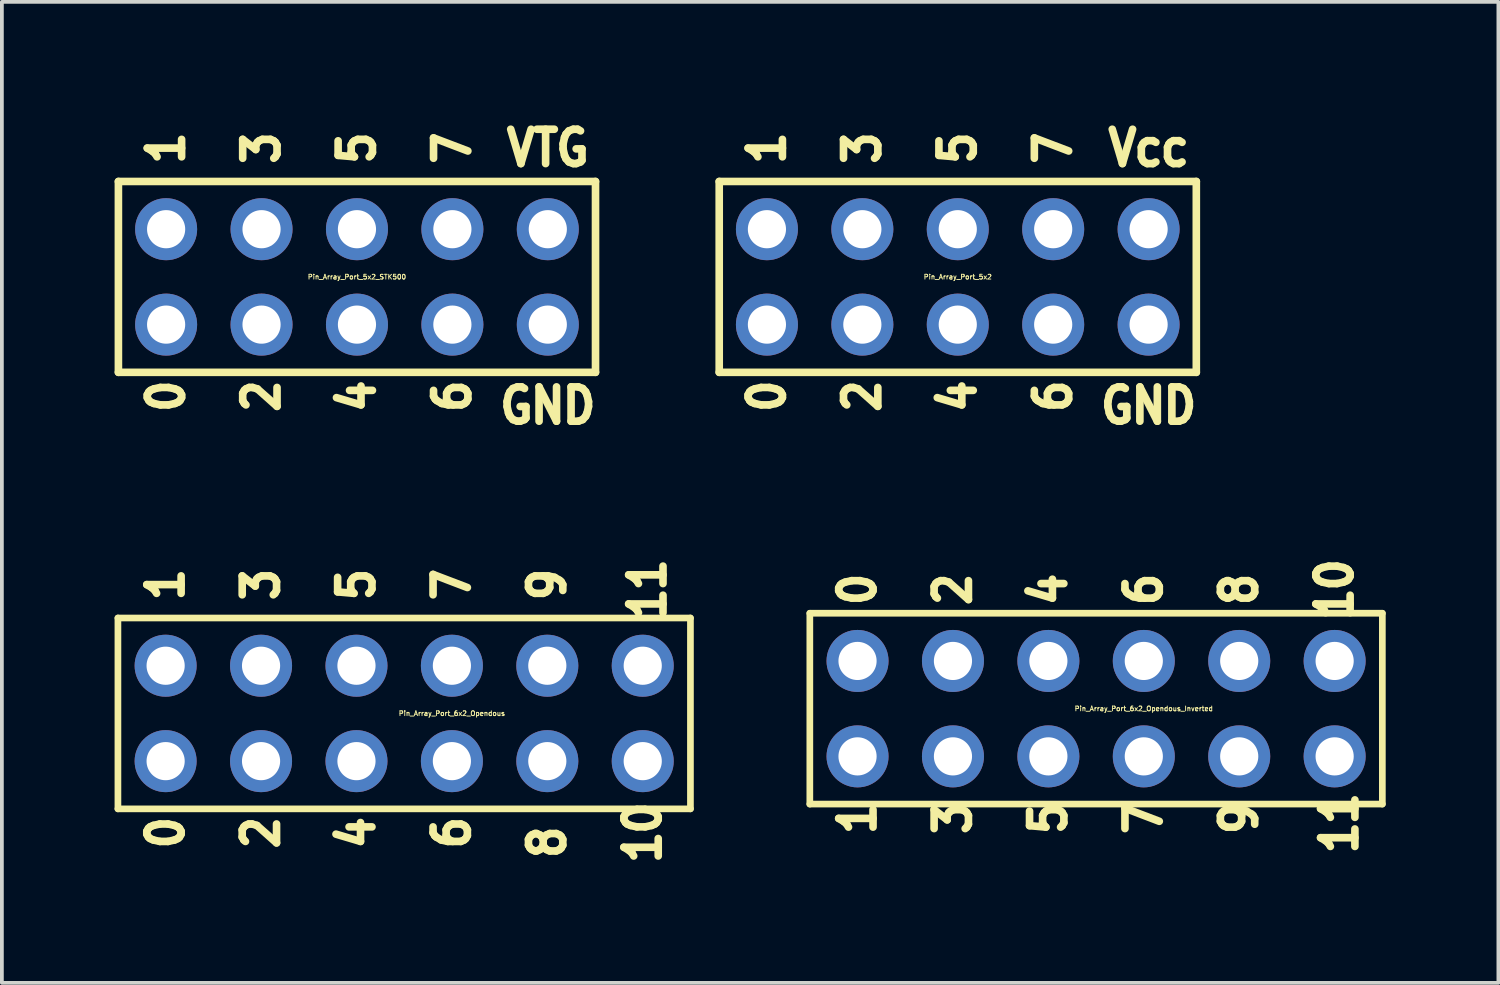
<source format=kicad_pcb>
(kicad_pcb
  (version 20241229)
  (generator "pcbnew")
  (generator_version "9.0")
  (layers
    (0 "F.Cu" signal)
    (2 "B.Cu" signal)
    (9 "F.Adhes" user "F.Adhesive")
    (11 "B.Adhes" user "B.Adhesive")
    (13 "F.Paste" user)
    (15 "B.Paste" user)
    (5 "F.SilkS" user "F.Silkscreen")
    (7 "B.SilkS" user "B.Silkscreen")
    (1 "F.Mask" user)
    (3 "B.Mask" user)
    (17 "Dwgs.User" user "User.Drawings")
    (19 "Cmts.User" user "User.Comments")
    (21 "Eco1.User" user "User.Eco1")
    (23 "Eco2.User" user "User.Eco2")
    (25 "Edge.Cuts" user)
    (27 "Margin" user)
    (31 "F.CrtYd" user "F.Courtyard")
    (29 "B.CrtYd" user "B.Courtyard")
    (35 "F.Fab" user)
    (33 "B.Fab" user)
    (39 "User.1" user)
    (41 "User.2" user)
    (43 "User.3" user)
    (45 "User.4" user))
  (footprint "Pin_Array_Port_6x2_Opendous_Inverted"
    (layer "F.Cu")
    (at 27.397 15.814)
    (property "Reference" "Pin_Array_Port_6x2_Opendous_Inverted" (at 0 0 0) (layer "F.SilkS") (effects (font (size 0.127 0.127) (thickness 0.025))))
    (attr through_hole)
    (fp_line (start -8.89 -2.54) (end -8.89 2.54) (stroke (width 0.178) (type solid)) (layer "F.SilkS"))
    (fp_line (start -8.89 2.54) (end 6.35 2.54) (stroke (width 0.178) (type solid)) (layer "F.SilkS"))
    (fp_line (start 6.35 -2.54) (end -8.89 -2.54) (stroke (width 0.178) (type solid)) (layer "F.SilkS"))
    (fp_line (start 6.35 2.54) (end 6.35 -2.54) (stroke (width 0.178) (type solid)) (layer "F.SilkS"))
    (fp_text user "1" (at -7.62 2.921 90) (layer "F.SilkS") (effects (font (size 0.914 0.813) (thickness 0.203))))
    (fp_text user "5" (at -2.54 2.921 90) (layer "F.SilkS") (effects (font (size 0.914 0.813) (thickness 0.203))))
    (fp_text user "11" (at 5.207 3.048 90) (layer "F.SilkS") (effects (font (size 0.914 0.813) (thickness 0.203))))
    (fp_text user "8" (at 2.54 -3.175 90) (layer "F.SilkS") (effects (font (size 0.914 0.813) (thickness 0.203))))
    (fp_text user "3" (at -5.08 2.921 90) (layer "F.SilkS") (effects (font (size 0.914 0.813) (thickness 0.203))))
    (fp_text user "4" (at -2.54 -3.175 90) (layer "F.SilkS") (effects (font (size 0.914 0.813) (thickness 0.203))))
    (fp_text user "10" (at 5.08 -3.175 90) (layer "F.SilkS") (effects (font (size 0.914 0.813) (thickness 0.203))))
    (fp_text user "2" (at -5.08 -3.175 90) (layer "F.SilkS") (effects (font (size 0.914 0.813) (thickness 0.203))))
    (fp_text user "7" (at 0 2.921 90) (layer "F.SilkS") (effects (font (size 0.914 0.813) (thickness 0.203))))
    (fp_text user "0" (at -7.62 -3.175 90) (layer "F.SilkS") (effects (font (size 0.914 0.813) (thickness 0.203))))
    (fp_text user "6" (at 0 -3.175 90) (layer "F.SilkS") (effects (font (size 0.914 0.813) (thickness 0.203))))
    (fp_text user "9" (at 2.54 2.921 90) (layer "F.SilkS") (effects (font (size 0.914 0.813) (thickness 0.203))))
    (pad "1" thru_hole circle (at -7.62 -1.27) (size 1.651 1.651) (drill 1.016) (layers "*.Cu" "*.Mask"))
    (pad "2" thru_hole circle (at -7.62 1.27) (size 1.651 1.651) (drill 1.016) (layers "*.Cu" "*.Mask"))
    (pad "3" thru_hole circle (at -5.08 -1.27) (size 1.651 1.651) (drill 1.016) (layers "*.Cu" "*.Mask"))
    (pad "4" thru_hole circle (at -5.08 1.27) (size 1.651 1.651) (drill 1.016) (layers "*.Cu" "*.Mask"))
    (pad "5" thru_hole circle (at -2.54 -1.27) (size 1.651 1.651) (drill 1.016) (layers "*.Cu" "*.Mask"))
    (pad "6" thru_hole circle (at -2.54 1.27) (size 1.651 1.651) (drill 1.016) (layers "*.Cu" "*.Mask"))
    (pad "7" thru_hole circle (at 0 -1.27) (size 1.651 1.651) (drill 1.016) (layers "*.Cu" "*.Mask"))
    (pad "8" thru_hole circle (at 0 1.27) (size 1.651 1.651) (drill 1.016) (layers "*.Cu" "*.Mask"))
    (pad "9" thru_hole circle (at 2.54 -1.27) (size 1.651 1.651) (drill 1.016) (layers "*.Cu" "*.Mask"))
    (pad "10" thru_hole circle (at 2.54 1.27) (size 1.651 1.651) (drill 1.016) (layers "*.Cu" "*.Mask"))
    (pad "11" thru_hole circle (at 5.08 -1.27) (size 1.651 1.651) (drill 1.016) (layers "*.Cu" "*.Mask"))
    (pad "12" thru_hole circle (at 5.08 1.27) (size 1.651 1.651) (drill 1.016) (layers "*.Cu" "*.Mask")))
  (footprint "Pin_Array_Port_5x2_STK500"
    (layer "F.Cu")
    (at 6.452 4.321)
    (property "Reference" "Pin_Array_Port_5x2_STK500" (at 0 0 0) (layer "F.SilkS") (effects (font (size 0.127 0.127) (thickness 0.025))))
    (attr through_hole)
    (fp_line (start -6.35 -2.54) (end -6.35 2.54) (stroke (width 0.203) (type solid)) (layer "F.SilkS"))
    (fp_line (start -6.35 2.54) (end 6.35 2.54) (stroke (width 0.203) (type solid)) (layer "F.SilkS"))
    (fp_line (start 6.35 -2.54) (end -6.35 -2.54) (stroke (width 0.203) (type solid)) (layer "F.SilkS"))
    (fp_line (start 6.35 2.54) (end 6.35 -2.54) (stroke (width 0.203) (type solid)) (layer "F.SilkS"))
    (fp_text user "6" (at 2.54 3.175 90) (layer "F.SilkS") (effects (font (size 0.914 0.813) (thickness 0.203))))
    (fp_text user "GND" (at 5.08 3.429 0) (layer "F.SilkS") (effects (font (size 0.914 0.813) (thickness 0.203))))
    (fp_text user "4" (at 0 3.175 90) (layer "F.SilkS") (effects (font (size 0.914 0.813) (thickness 0.203))))
    (fp_text user "0" (at -5.08 3.175 90) (layer "F.SilkS") (effects (font (size 0.914 0.813) (thickness 0.203))))
    (fp_text user "VTG" (at 5.08 -3.429 0) (layer "F.SilkS") (effects (font (size 0.914 0.813) (thickness 0.203))))
    (fp_text user "7" (at 2.54 -3.429 90) (layer "F.SilkS") (effects (font (size 0.914 0.813) (thickness 0.203))))
    (fp_text user "5" (at 0 -3.429 90) (layer "F.SilkS") (effects (font (size 0.914 0.813) (thickness 0.203))))
    (fp_text user "1" (at -5.08 -3.429 90) (layer "F.SilkS") (effects (font (size 0.914 0.813) (thickness 0.203))))
    (fp_text user "2" (at -2.54 3.175 90) (layer "F.SilkS") (effects (font (size 0.914 0.813) (thickness 0.203))))
    (fp_text user "3" (at -2.54 -3.429 90) (layer "F.SilkS") (effects (font (size 0.914 0.813) (thickness 0.203))))
    (pad "1" thru_hole circle (at -5.08 1.27) (size 1.651 1.651) (drill 1.016) (layers "*.Cu" "*.Mask"))
    (pad "2" thru_hole circle (at -5.08 -1.27) (size 1.651 1.651) (drill 1.016) (layers "*.Cu" "*.Mask"))
    (pad "3" thru_hole circle (at -2.54 1.27) (size 1.651 1.651) (drill 1.016) (layers "*.Cu" "*.Mask"))
    (pad "4" thru_hole circle (at -2.54 -1.27) (size 1.651 1.651) (drill 1.016) (layers "*.Cu" "*.Mask"))
    (pad "5" thru_hole circle (at 0 1.27) (size 1.651 1.651) (drill 1.016) (layers "*.Cu" "*.Mask"))
    (pad "6" thru_hole circle (at 0 -1.27) (size 1.651 1.651) (drill 1.016) (layers "*.Cu" "*.Mask"))
    (pad "7" thru_hole circle (at 2.54 1.27) (size 1.651 1.651) (drill 1.016) (layers "*.Cu" "*.Mask"))
    (pad "8" thru_hole circle (at 2.54 -1.27) (size 1.651 1.651) (drill 1.016) (layers "*.Cu" "*.Mask"))
    (pad "9" thru_hole circle (at 5.08 1.27) (size 1.651 1.651) (drill 1.016) (layers "*.Cu" "*.Mask"))
    (pad "10" thru_hole circle (at 5.08 -1.27) (size 1.651 1.651) (drill 1.016) (layers "*.Cu" "*.Mask")))
  (footprint "Pin_Array_Port_6x2_Opendous"
    (layer "F.Cu")
    (at 8.979 15.941)
    (property "Reference" "Pin_Array_Port_6x2_Opendous" (at 0 0 0) (layer "F.SilkS") (effects (font (size 0.127 0.127) (thickness 0.025))))
    (attr through_hole)
    (fp_line (start -8.89 -2.54) (end -8.89 2.54) (stroke (width 0.178) (type solid)) (layer "F.SilkS"))
    (fp_line (start -8.89 2.54) (end 6.35 2.54) (stroke (width 0.178) (type solid)) (layer "F.SilkS"))
    (fp_line (start 6.35 -2.54) (end -8.89 -2.54) (stroke (width 0.178) (type solid)) (layer "F.SilkS"))
    (fp_line (start 6.35 2.54) (end 6.35 -2.54) (stroke (width 0.178) (type solid)) (layer "F.SilkS"))
    (fp_text user "0" (at -7.62 3.175 90) (layer "F.SilkS") (effects (font (size 0.914 0.813) (thickness 0.203))))
    (fp_text user "8" (at 2.54 3.429 90) (layer "F.SilkS") (effects (font (size 0.914 0.813) (thickness 0.203))))
    (fp_text user "3" (at -5.08 -3.429 90) (layer "F.SilkS") (effects (font (size 0.914 0.813) (thickness 0.203))))
    (fp_text user "4" (at -2.54 3.175 90) (layer "F.SilkS") (effects (font (size 0.914 0.813) (thickness 0.203))))
    (fp_text user "11" (at 5.207 -3.302 90) (layer "F.SilkS") (effects (font (size 0.914 0.813) (thickness 0.203))))
    (fp_text user "10" (at 5.08 3.175 90) (layer "F.SilkS") (effects (font (size 0.914 0.813) (thickness 0.203))))
    (fp_text user "1" (at -7.62 -3.429 90) (layer "F.SilkS") (effects (font (size 0.914 0.813) (thickness 0.203))))
    (fp_text user "9" (at 2.54 -3.429 90) (layer "F.SilkS") (effects (font (size 0.914 0.813) (thickness 0.203))))
    (fp_text user "6" (at 0 3.175 90) (layer "F.SilkS") (effects (font (size 0.914 0.813) (thickness 0.203))))
    (fp_text user "5" (at -2.54 -3.429 90) (layer "F.SilkS") (effects (font (size 0.914 0.813) (thickness 0.203))))
    (fp_text user "2" (at -5.08 3.175 90) (layer "F.SilkS") (effects (font (size 0.914 0.813) (thickness 0.203))))
    (fp_text user "7" (at 0 -3.429 90) (layer "F.SilkS") (effects (font (size 0.914 0.813) (thickness 0.203))))
    (pad "1" thru_hole circle (at -7.62 1.27) (size 1.651 1.651) (drill 1.016) (layers "*.Cu" "*.Mask"))
    (pad "2" thru_hole circle (at -7.62 -1.27) (size 1.651 1.651) (drill 1.016) (layers "*.Cu" "*.Mask"))
    (pad "3" thru_hole circle (at -5.08 1.27) (size 1.651 1.651) (drill 1.016) (layers "*.Cu" "*.Mask"))
    (pad "4" thru_hole circle (at -5.08 -1.27) (size 1.651 1.651) (drill 1.016) (layers "*.Cu" "*.Mask"))
    (pad "5" thru_hole circle (at -2.54 1.27) (size 1.651 1.651) (drill 1.016) (layers "*.Cu" "*.Mask"))
    (pad "6" thru_hole circle (at -2.54 -1.27) (size 1.651 1.651) (drill 1.016) (layers "*.Cu" "*.Mask"))
    (pad "7" thru_hole circle (at 0 1.27) (size 1.651 1.651) (drill 1.016) (layers "*.Cu" "*.Mask"))
    (pad "8" thru_hole circle (at 0 -1.27) (size 1.651 1.651) (drill 1.016) (layers "*.Cu" "*.Mask"))
    (pad "9" thru_hole circle (at 2.54 1.27) (size 1.651 1.651) (drill 1.016) (layers "*.Cu" "*.Mask"))
    (pad "10" thru_hole circle (at 2.54 -1.27) (size 1.651 1.651) (drill 1.016) (layers "*.Cu" "*.Mask"))
    (pad "11" thru_hole circle (at 5.08 1.27) (size 1.651 1.651) (drill 1.016) (layers "*.Cu" "*.Mask"))
    (pad "12" thru_hole circle (at 5.08 -1.27) (size 1.651 1.651) (drill 1.016) (layers "*.Cu" "*.Mask")))
  (footprint "Pin_Array_Port_5x2"
    (layer "F.Cu")
    (at 22.445 4.321)
    (property "Reference" "Pin_Array_Port_5x2" (at 0 0 0) (layer "F.SilkS") (effects (font (size 0.127 0.127) (thickness 0.025))))
    (attr through_hole)
    (fp_line (start -6.35 -2.54) (end -6.35 2.54) (stroke (width 0.203) (type solid)) (layer "F.SilkS"))
    (fp_line (start -6.35 2.54) (end 6.35 2.54) (stroke (width 0.203) (type solid)) (layer "F.SilkS"))
    (fp_line (start 6.35 -2.54) (end -6.35 -2.54) (stroke (width 0.203) (type solid)) (layer "F.SilkS"))
    (fp_line (start 6.35 2.54) (end 6.35 -2.54) (stroke (width 0.203) (type solid)) (layer "F.SilkS"))
    (fp_text user "7" (at 2.54 -3.429 90) (layer "F.SilkS") (effects (font (size 0.914 0.813) (thickness 0.203))))
    (fp_text user "3" (at -2.54 -3.429 90) (layer "F.SilkS") (effects (font (size 0.914 0.813) (thickness 0.203))))
    (fp_text user "1" (at -5.08 -3.429 90) (layer "F.SilkS") (effects (font (size 0.914 0.813) (thickness 0.203))))
    (fp_text user "Vcc" (at 5.08 -3.429 0) (layer "F.SilkS") (effects (font (size 0.914 0.813) (thickness 0.203))))
    (fp_text user "5" (at 0 -3.429 90) (layer "F.SilkS") (effects (font (size 0.914 0.813) (thickness 0.203))))
    (fp_text user "2" (at -2.54 3.175 90) (layer "F.SilkS") (effects (font (size 0.914 0.813) (thickness 0.203))))
    (fp_text user "GND" (at 5.08 3.429 0) (layer "F.SilkS") (effects (font (size 0.914 0.813) (thickness 0.203))))
    (fp_text user "0" (at -5.08 3.175 90) (layer "F.SilkS") (effects (font (size 0.914 0.813) (thickness 0.203))))
    (fp_text user "4" (at 0 3.175 90) (layer "F.SilkS") (effects (font (size 0.914 0.813) (thickness 0.203))))
    (fp_text user "6" (at 2.54 3.175 90) (layer "F.SilkS") (effects (font (size 0.914 0.813) (thickness 0.203))))
    (pad "1" thru_hole circle (at -5.08 1.27) (size 1.651 1.651) (drill 1.016) (layers "*.Cu" "*.Mask"))
    (pad "2" thru_hole circle (at -5.08 -1.27) (size 1.651 1.651) (drill 1.016) (layers "*.Cu" "*.Mask"))
    (pad "3" thru_hole circle (at -2.54 1.27) (size 1.651 1.651) (drill 1.016) (layers "*.Cu" "*.Mask"))
    (pad "4" thru_hole circle (at -2.54 -1.27) (size 1.651 1.651) (drill 1.016) (layers "*.Cu" "*.Mask"))
    (pad "5" thru_hole circle (at 0 1.27) (size 1.651 1.651) (drill 1.016) (layers "*.Cu" "*.Mask"))
    (pad "6" thru_hole circle (at 0 -1.27) (size 1.651 1.651) (drill 1.016) (layers "*.Cu" "*.Mask"))
    (pad "7" thru_hole circle (at 2.54 1.27) (size 1.651 1.651) (drill 1.016) (layers "*.Cu" "*.Mask"))
    (pad "8" thru_hole circle (at 2.54 -1.27) (size 1.651 1.651) (drill 1.016) (layers "*.Cu" "*.Mask"))
    (pad "9" thru_hole circle (at 5.08 1.27) (size 1.651 1.651) (drill 1.016) (layers "*.Cu" "*.Mask"))
    (pad "10" thru_hole circle (at 5.08 -1.27) (size 1.651 1.651) (drill 1.016) (layers "*.Cu" "*.Mask")))
  (gr_rect
    (start -3 -3)
    (end 36.836 23.113)
    (stroke (width 0.1) (type default))
    (fill no)
    (layer "Edge.Cuts")))
</source>
